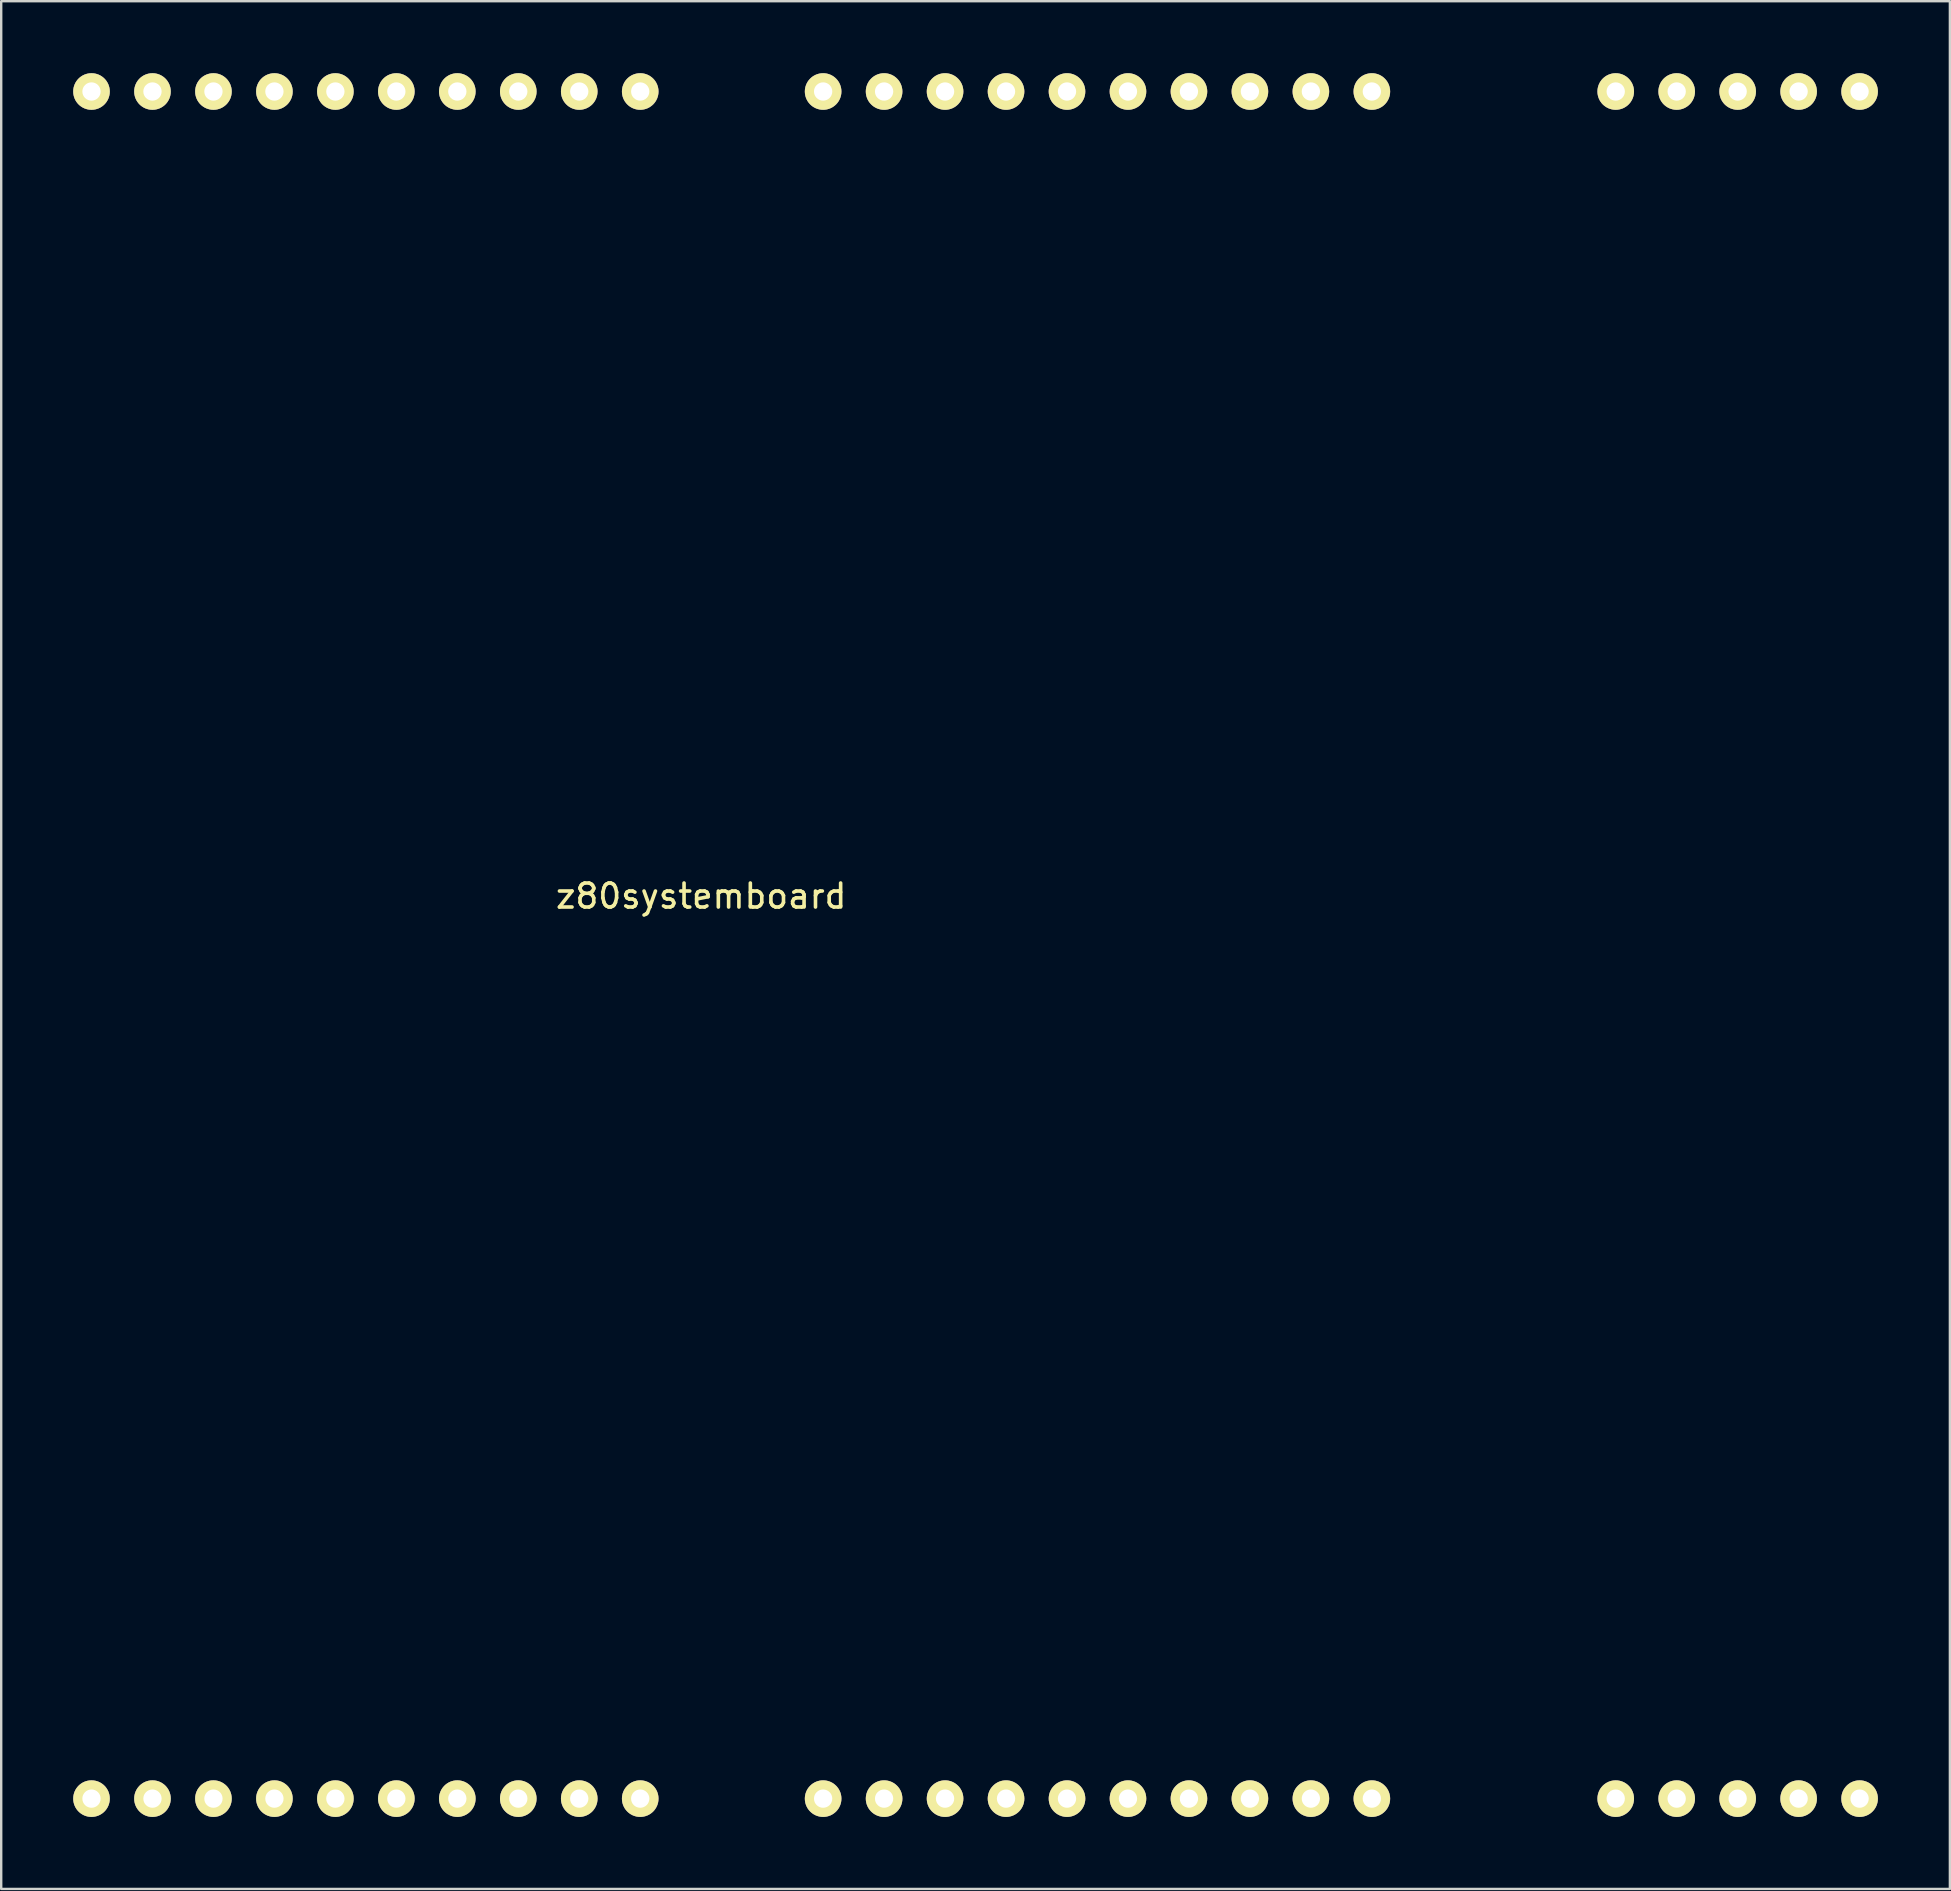
<source format=kicad_pcb>
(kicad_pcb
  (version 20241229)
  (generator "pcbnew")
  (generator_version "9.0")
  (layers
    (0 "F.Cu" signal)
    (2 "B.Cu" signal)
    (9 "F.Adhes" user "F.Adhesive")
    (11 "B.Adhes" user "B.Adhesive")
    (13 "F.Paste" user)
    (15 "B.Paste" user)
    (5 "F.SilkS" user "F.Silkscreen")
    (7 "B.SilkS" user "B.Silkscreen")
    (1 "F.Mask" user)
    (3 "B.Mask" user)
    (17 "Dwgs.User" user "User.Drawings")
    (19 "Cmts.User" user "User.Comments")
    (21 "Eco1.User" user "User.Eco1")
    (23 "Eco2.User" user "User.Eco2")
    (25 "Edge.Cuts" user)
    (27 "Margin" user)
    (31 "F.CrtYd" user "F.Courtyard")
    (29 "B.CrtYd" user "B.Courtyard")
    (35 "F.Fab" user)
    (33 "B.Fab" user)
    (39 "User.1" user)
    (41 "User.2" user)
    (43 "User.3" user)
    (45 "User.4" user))
  (footprint "z80systemboard"
    (layer "F.Cu")
    (at 26.162 33.782)
    (property "Reference" "z80systemboard" (at 0 0.5 0) (layer "F.SilkS") (effects (font (size 1 1) (thickness 0.15))))
    (attr through_hole)
    (pad "10" thru_hole circle (at 7.62 -33.02) (size 1.524 1.524) (drill 0.762) (layers "*.Cu" "*.Mask" "F.SilkS"))
    (pad "11" thru_hole circle (at -5.08 -33.02) (size 1.524 1.524) (drill 0.762) (layers "*.Cu" "*.Mask" "F.SilkS"))
    (pad "12" thru_hole circle (at -2.54 -33.02) (size 1.524 1.524) (drill 0.762) (layers "*.Cu" "*.Mask" "F.SilkS"))
    (pad "13" thru_hole circle (at -7.62 -33.02) (size 1.524 1.524) (drill 0.762) (layers "*.Cu" "*.Mask" "F.SilkS"))
    (pad "14" thru_hole circle (at -10.16 -33.02) (size 1.524 1.524) (drill 0.762) (layers "*.Cu" "*.Mask" "F.SilkS"))
    (pad "15" thru_hole circle (at -12.7 -33.02) (size 1.524 1.524) (drill 0.762) (layers "*.Cu" "*.Mask" "F.SilkS"))
    (pad "16" thru_hole circle (at -15.24 -33.02) (size 1.524 1.524) (drill 0.762) (layers "*.Cu" "*.Mask" "F.SilkS"))
    (pad "17" thru_hole circle (at -17.78 -33.02) (size 1.524 1.524) (drill 0.762) (layers "*.Cu" "*.Mask" "F.SilkS"))
    (pad "18" thru_hole circle (at -20.32 -33.02) (size 1.524 1.524) (drill 0.762) (layers "*.Cu" "*.Mask" "F.SilkS"))
    (pad "19" thru_hole circle (at -22.86 -33.02) (size 1.524 1.524) (drill 0.762) (layers "*.Cu" "*.Mask" "F.SilkS"))
    (pad "20" thru_hole circle (at -25.4 -33.02) (size 1.524 1.524) (drill 0.762) (layers "*.Cu" "*.Mask" "F.SilkS"))
    (pad "21" thru_hole circle (at 10.16 -33.02) (size 1.524 1.524) (drill 0.762) (layers "*.Cu" "*.Mask" "F.SilkS"))
    (pad "22" thru_hole circle (at 12.7 -33.02) (size 1.524 1.524) (drill 0.762) (layers "*.Cu" "*.Mask" "F.SilkS"))
    (pad "23" thru_hole circle (at 15.24 -33.02) (size 1.524 1.524) (drill 0.762) (layers "*.Cu" "*.Mask" "F.SilkS"))
    (pad "24" thru_hole circle (at 17.78 -33.02) (size 1.524 1.524) (drill 0.762) (layers "*.Cu" "*.Mask" "F.SilkS"))
    (pad "25" thru_hole circle (at 20.32 -33.02) (size 1.524 1.524) (drill 0.762) (layers "*.Cu" "*.Mask" "F.SilkS"))
    (pad "26" thru_hole circle (at 22.86 -33.02) (size 1.524 1.524) (drill 0.762) (layers "*.Cu" "*.Mask" "F.SilkS"))
    (pad "27" thru_hole circle (at 25.4 -33.02) (size 1.524 1.524) (drill 0.762) (layers "*.Cu" "*.Mask" "F.SilkS"))
    (pad "28" thru_hole circle (at 27.94 -33.02) (size 1.524 1.524) (drill 0.762) (layers "*.Cu" "*.Mask" "F.SilkS"))
    (pad "29" thru_hole circle (at 5.08 -33.02) (size 1.524 1.524) (drill 0.762) (layers "*.Cu" "*.Mask" "F.SilkS"))
    (pad "30" thru_hole circle (at -25.4 38.1) (size 1.524 1.524) (drill 0.762) (layers "*.Cu" "*.Mask" "F.SilkS"))
    (pad "31" thru_hole circle (at -22.86 38.1) (size 1.524 1.524) (drill 0.762) (layers "*.Cu" "*.Mask" "F.SilkS"))
    (pad "32" thru_hole circle (at -20.32 38.1) (size 1.524 1.524) (drill 0.762) (layers "*.Cu" "*.Mask" "F.SilkS"))
    (pad "33" thru_hole circle (at -17.78 38.1) (size 1.524 1.524) (drill 0.762) (layers "*.Cu" "*.Mask" "F.SilkS"))
    (pad "34" thru_hole circle (at -15.24 38.1) (size 1.524 1.524) (drill 0.762) (layers "*.Cu" "*.Mask" "F.SilkS"))
    (pad "35" thru_hole circle (at -12.7 38.1) (size 1.524 1.524) (drill 0.762) (layers "*.Cu" "*.Mask" "F.SilkS"))
    (pad "36" thru_hole circle (at -10.16 38.1) (size 1.524 1.524) (drill 0.762) (layers "*.Cu" "*.Mask" "F.SilkS"))
    (pad "37" thru_hole circle (at -7.62 38.1) (size 1.524 1.524) (drill 0.762) (layers "*.Cu" "*.Mask" "F.SilkS"))
    (pad "38" thru_hole circle (at -5.08 38.1) (size 1.524 1.524) (drill 0.762) (layers "*.Cu" "*.Mask" "F.SilkS"))
    (pad "39" thru_hole circle (at -2.54 38.1) (size 1.524 1.524) (drill 0.762) (layers "*.Cu" "*.Mask" "F.SilkS"))
    (pad "40" thru_hole circle (at 5.08 38.1) (size 1.524 1.524) (drill 0.762) (layers "*.Cu" "*.Mask" "F.SilkS"))
    (pad "41" thru_hole circle (at 7.62 38.1) (size 1.524 1.524) (drill 0.762) (layers "*.Cu" "*.Mask" "F.SilkS"))
    (pad "42" thru_hole circle (at 10.16 38.1) (size 1.524 1.524) (drill 0.762) (layers "*.Cu" "*.Mask" "F.SilkS"))
    (pad "43" thru_hole circle (at 12.7 38.1) (size 1.524 1.524) (drill 0.762) (layers "*.Cu" "*.Mask" "F.SilkS"))
    (pad "44" thru_hole circle (at 15.24 38.1) (size 1.524 1.524) (drill 0.762) (layers "*.Cu" "*.Mask" "F.SilkS"))
    (pad "45" thru_hole circle (at 17.78 38.1) (size 1.524 1.524) (drill 0.762) (layers "*.Cu" "*.Mask" "F.SilkS"))
    (pad "46" thru_hole circle (at 20.32 38.1) (size 1.524 1.524) (drill 0.762) (layers "*.Cu" "*.Mask" "F.SilkS"))
    (pad "47" thru_hole circle (at 22.86 38.1) (size 1.524 1.524) (drill 0.762) (layers "*.Cu" "*.Mask" "F.SilkS"))
    (pad "48" thru_hole circle (at 25.4 38.1) (size 1.524 1.524) (drill 0.762) (layers "*.Cu" "*.Mask" "F.SilkS"))
    (pad "49" thru_hole circle (at 27.94 38.1) (size 1.524 1.524) (drill 0.762) (layers "*.Cu" "*.Mask" "F.SilkS"))
    (pad "50" thru_hole circle (at 38.1 -33.02) (size 1.524 1.524) (drill 0.762) (layers "*.Cu" "*.Mask" "F.SilkS"))
    (pad "51" thru_hole circle (at 40.64 -33.02) (size 1.524 1.524) (drill 0.762) (layers "*.Cu" "*.Mask" "F.SilkS"))
    (pad "52" thru_hole circle (at 43.18 -33.02) (size 1.524 1.524) (drill 0.762) (layers "*.Cu" "*.Mask" "F.SilkS"))
    (pad "53" thru_hole circle (at 45.72 -33.02) (size 1.524 1.524) (drill 0.762) (layers "*.Cu" "*.Mask" "F.SilkS"))
    (pad "54" thru_hole circle (at 48.26 -33.02) (size 1.524 1.524) (drill 0.762) (layers "*.Cu" "*.Mask" "F.SilkS"))
    (pad "55" thru_hole circle (at 38.1 38.1) (size 1.524 1.524) (drill 0.762) (layers "*.Cu" "*.Mask" "F.SilkS"))
    (pad "56" thru_hole circle (at 40.64 38.1) (size 1.524 1.524) (drill 0.762) (layers "*.Cu" "*.Mask" "F.SilkS"))
    (pad "57" thru_hole circle (at 43.18 38.1) (size 1.524 1.524) (drill 0.762) (layers "*.Cu" "*.Mask" "F.SilkS"))
    (pad "58" thru_hole circle (at 45.72 38.1) (size 1.524 1.524) (drill 0.762) (layers "*.Cu" "*.Mask" "F.SilkS"))
    (pad "59" thru_hole circle (at 48.26 38.1) (size 1.524 1.524) (drill 0.762) (layers "*.Cu" "*.Mask" "F.SilkS")))
  (gr_rect
    (start -3 -3)
    (end 78.184 75.644)
    (stroke (width 0.1) (type default))
    (fill no)
    (layer "Edge.Cuts")))
</source>
